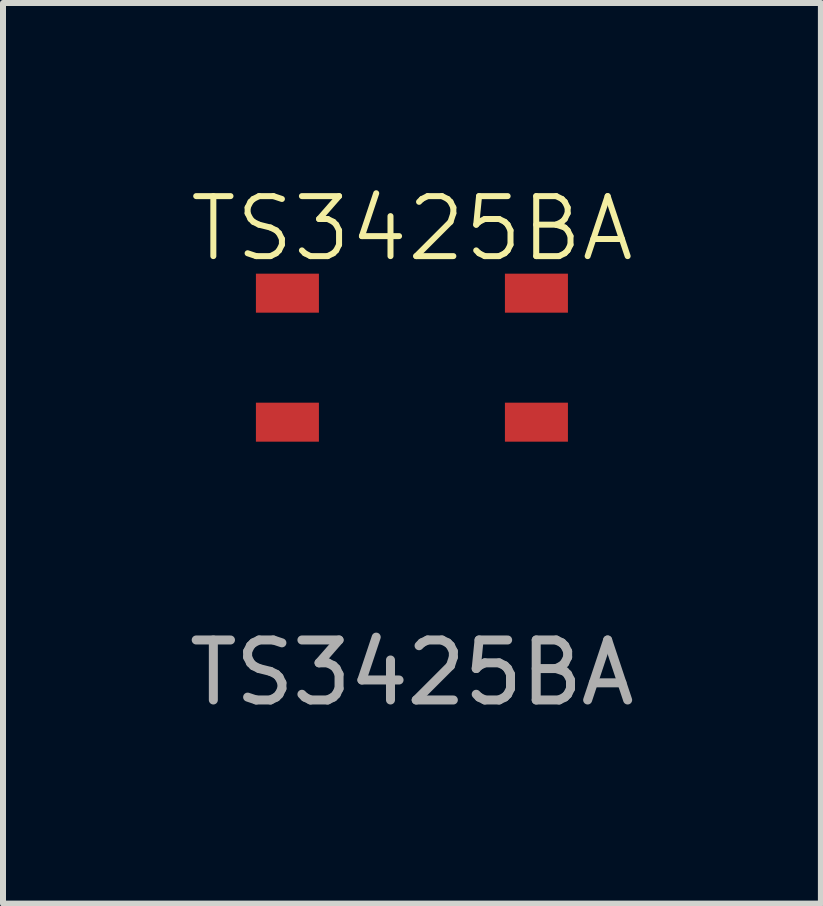
<source format=kicad_pcb>
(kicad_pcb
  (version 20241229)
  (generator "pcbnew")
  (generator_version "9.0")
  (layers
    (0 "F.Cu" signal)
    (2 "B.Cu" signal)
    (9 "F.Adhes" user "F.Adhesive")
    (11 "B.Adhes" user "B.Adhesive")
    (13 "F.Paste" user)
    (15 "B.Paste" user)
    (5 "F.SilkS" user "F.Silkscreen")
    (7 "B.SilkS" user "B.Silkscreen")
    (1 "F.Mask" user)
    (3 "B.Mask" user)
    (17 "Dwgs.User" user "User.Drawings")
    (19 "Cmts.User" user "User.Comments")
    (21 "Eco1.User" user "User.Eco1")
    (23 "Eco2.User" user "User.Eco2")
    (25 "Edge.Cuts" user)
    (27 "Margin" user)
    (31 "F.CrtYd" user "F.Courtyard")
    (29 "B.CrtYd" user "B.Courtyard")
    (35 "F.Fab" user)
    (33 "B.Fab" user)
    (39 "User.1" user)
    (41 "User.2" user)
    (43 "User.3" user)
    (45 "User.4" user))
  (footprint "TS3425BA"
    (layer "F.Cu")
    (at 3.815 2.961)
    (property "Reference" "TS3425BA" (at 0 -2.2 0) (unlocked yes) (layer "F.SilkS") (effects (font (size 1 1) (thickness 0.1))))
    (attr smd)
    (fp_text user "${REFERENCE}" (at 0 5.2 0) (unlocked yes) (layer "F.Fab") (effects (font (size 1 1) (thickness 0.15))))
    (pad "1" smd rect (at -2.075 -1.125) (size 1.05 0.65) (layers "F.Cu" "F.Mask" "F.Paste"))
    (pad "1" smd rect (at 2.075 -1.125) (size 1.05 0.65) (layers "F.Cu" "F.Mask" "F.Paste"))
    (pad "2" smd rect (at -2.075 1.025) (size 1.05 0.65) (layers "F.Cu" "F.Mask" "F.Paste"))
    (pad "2" smd rect (at 2.075 1.025) (size 1.05 0.65) (layers "F.Cu" "F.Mask" "F.Paste")))
  (gr_rect
    (start -3 -3)
    (end 10.631 12.009)
    (stroke (width 0.1) (type default))
    (fill no)
    (layer "Edge.Cuts")))
</source>
